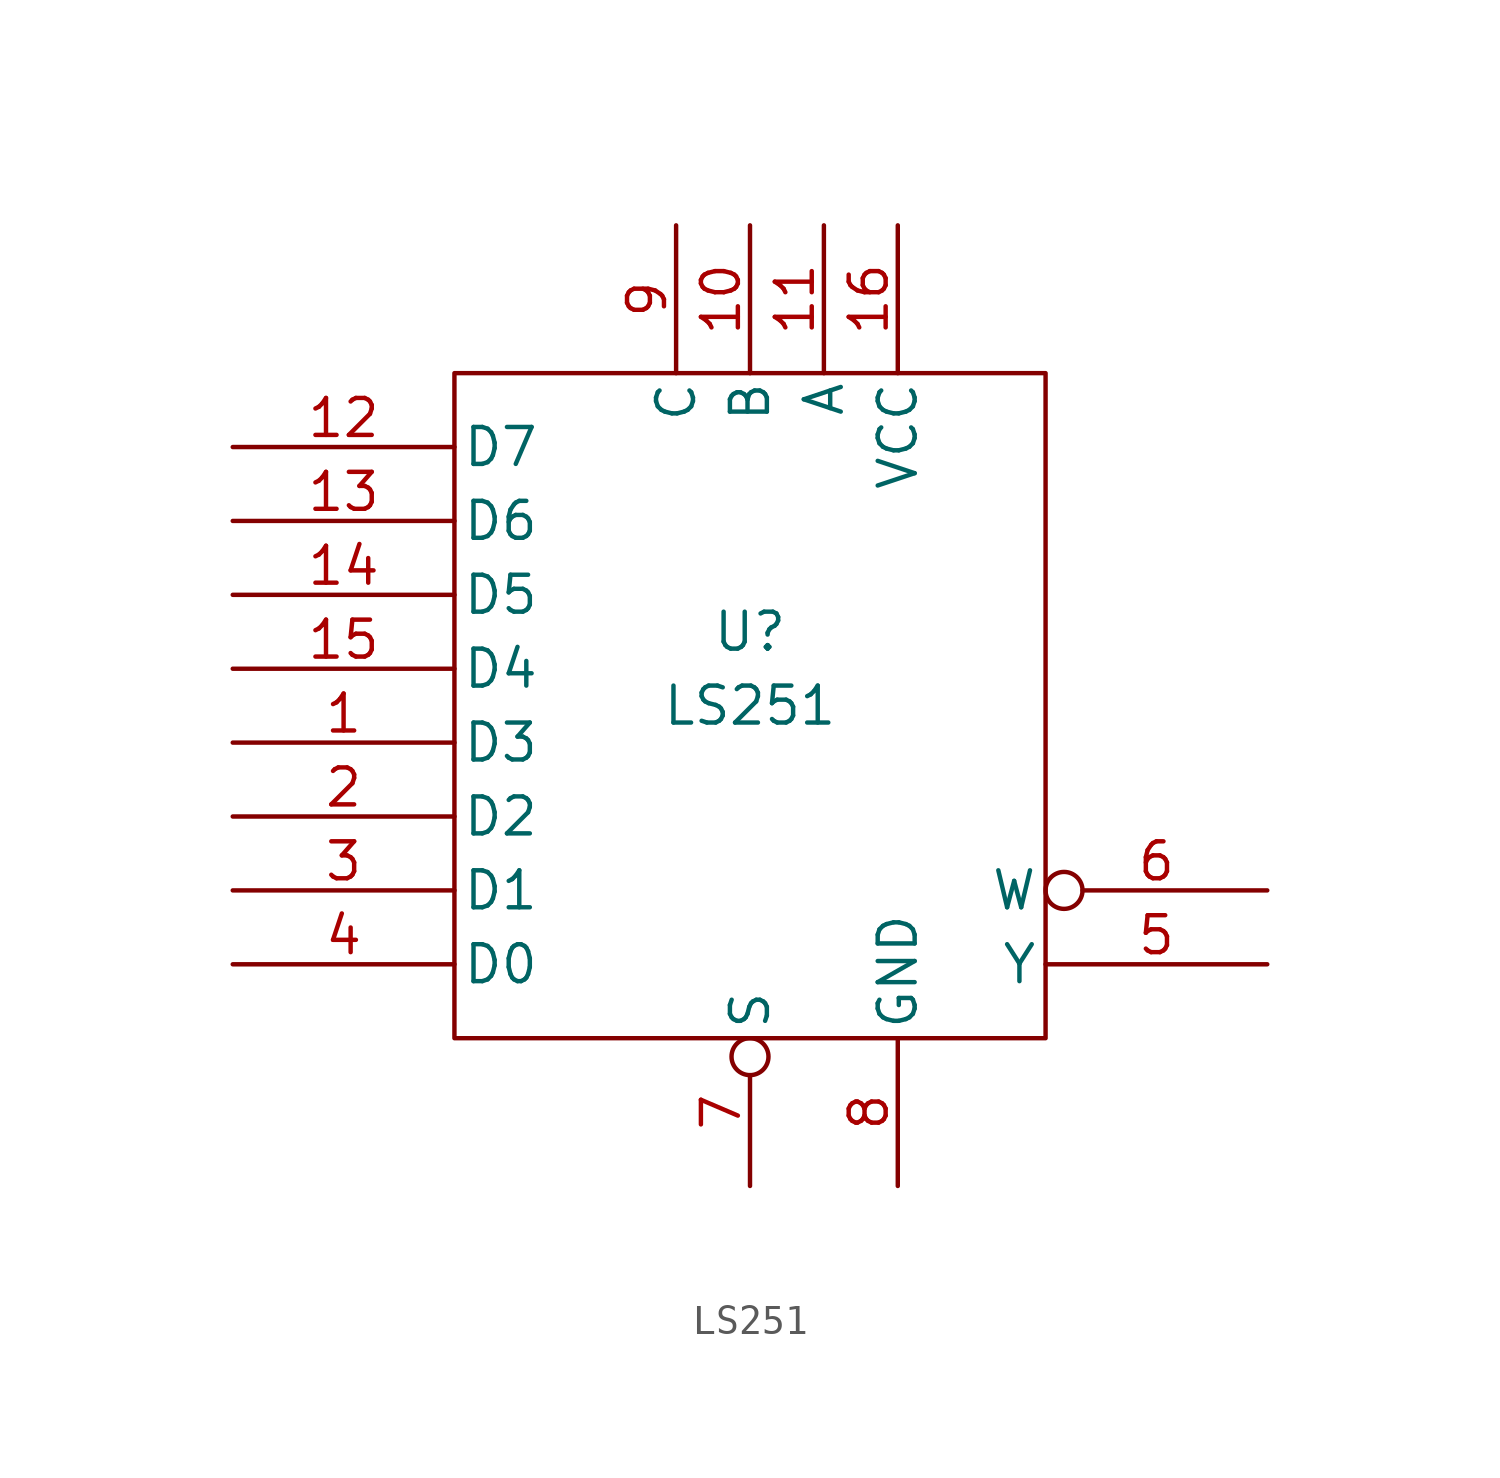
<source format=kicad_sym>
(kicad_symbol_lib
  (version 20211014)
  (generator kicad_symbol_editor)
  (symbol "LS251"
    (pin_names
      (offset 0.254))
    (property "Reference" "U"
      (at 0 2.54 0)
      (effects (font (size 1.27 1.27))))
    (property "Value" "LS251"
      (at 0 0 0)
      (effects (font (size 1.27 1.27))))
    (symbol "LS251_0_0"
      (pin power_in line (at 5.08 -16.51 90) (length 5.08) (name "GND" (effects (font (size 1.27 1.27)))) (number "8" (effects (font (size 1.27 1.27))))))
    (symbol "LS251_0_1"
      (rectangle (start -10.16 11.43) (end 10.16 -11.43) (stroke (width 0) (type default) (color 0 0 0 0)) (fill (type none))))
    (symbol "LS251_1_0"
      (pin power_in line (at 5.08 16.51 270) (length 5.08) (name "VCC" (effects (font (size 1.27 1.27)))) (number "16" (effects (font (size 1.27 1.27))))))
    (symbol "LS251_1_1"
      (pin input line (at -17.78 -1.27 0) (length 7.62) (name "D3" (effects (font (size 1.27 1.27)))) (number "1" (effects (font (size 1.27 1.27)))))
      (pin input line (at 0 16.51 270) (length 5.08) (name "B" (effects (font (size 1.27 1.27)))) (number "10" (effects (font (size 1.27 1.27)))))
      (pin input line (at 2.54 16.51 270) (length 5.08) (name "A" (effects (font (size 1.27 1.27)))) (number "11" (effects (font (size 1.27 1.27)))))
      (pin input line (at -17.78 8.89 0) (length 7.62) (name "D7" (effects (font (size 1.27 1.27)))) (number "12" (effects (font (size 1.27 1.27)))))
      (pin input line (at -17.78 6.35 0) (length 7.62) (name "D6" (effects (font (size 1.27 1.27)))) (number "13" (effects (font (size 1.27 1.27)))))
      (pin input line (at -17.78 3.81 0) (length 7.62) (name "D5" (effects (font (size 1.27 1.27)))) (number "14" (effects (font (size 1.27 1.27)))))
      (pin input line (at -17.78 1.27 0) (length 7.62) (name "D4" (effects (font (size 1.27 1.27)))) (number "15" (effects (font (size 1.27 1.27)))))
      (pin input line (at -17.78 -3.81 0) (length 7.62) (name "D2" (effects (font (size 1.27 1.27)))) (number "2" (effects (font (size 1.27 1.27)))))
      (pin input line (at -17.78 -6.35 0) (length 7.62) (name "D1" (effects (font (size 1.27 1.27)))) (number "3" (effects (font (size 1.27 1.27)))))
      (pin input line (at -17.78 -8.89 0) (length 7.62) (name "D0" (effects (font (size 1.27 1.27)))) (number "4" (effects (font (size 1.27 1.27)))))
      (pin tri_state line (at 17.78 -8.89 180) (length 7.62) (name "Y" (effects (font (size 1.27 1.27)))) (number "5" (effects (font (size 1.27 1.27)))))
      (pin tri_state inverted (at 17.78 -6.35 180) (length 7.62) (name "W" (effects (font (size 1.27 1.27)))) (number "6" (effects (font (size 1.27 1.27)))))
      (pin input inverted (at 0 -16.51 90) (length 5.08) (name "S" (effects (font (size 1.27 1.27)))) (number "7" (effects (font (size 1.27 1.27)))))
      (pin input line (at -2.54 16.51 270) (length 5.08) (name "C" (effects (font (size 1.27 1.27)))) (number "9" (effects (font (size 1.27 1.27))))))))
</source>
